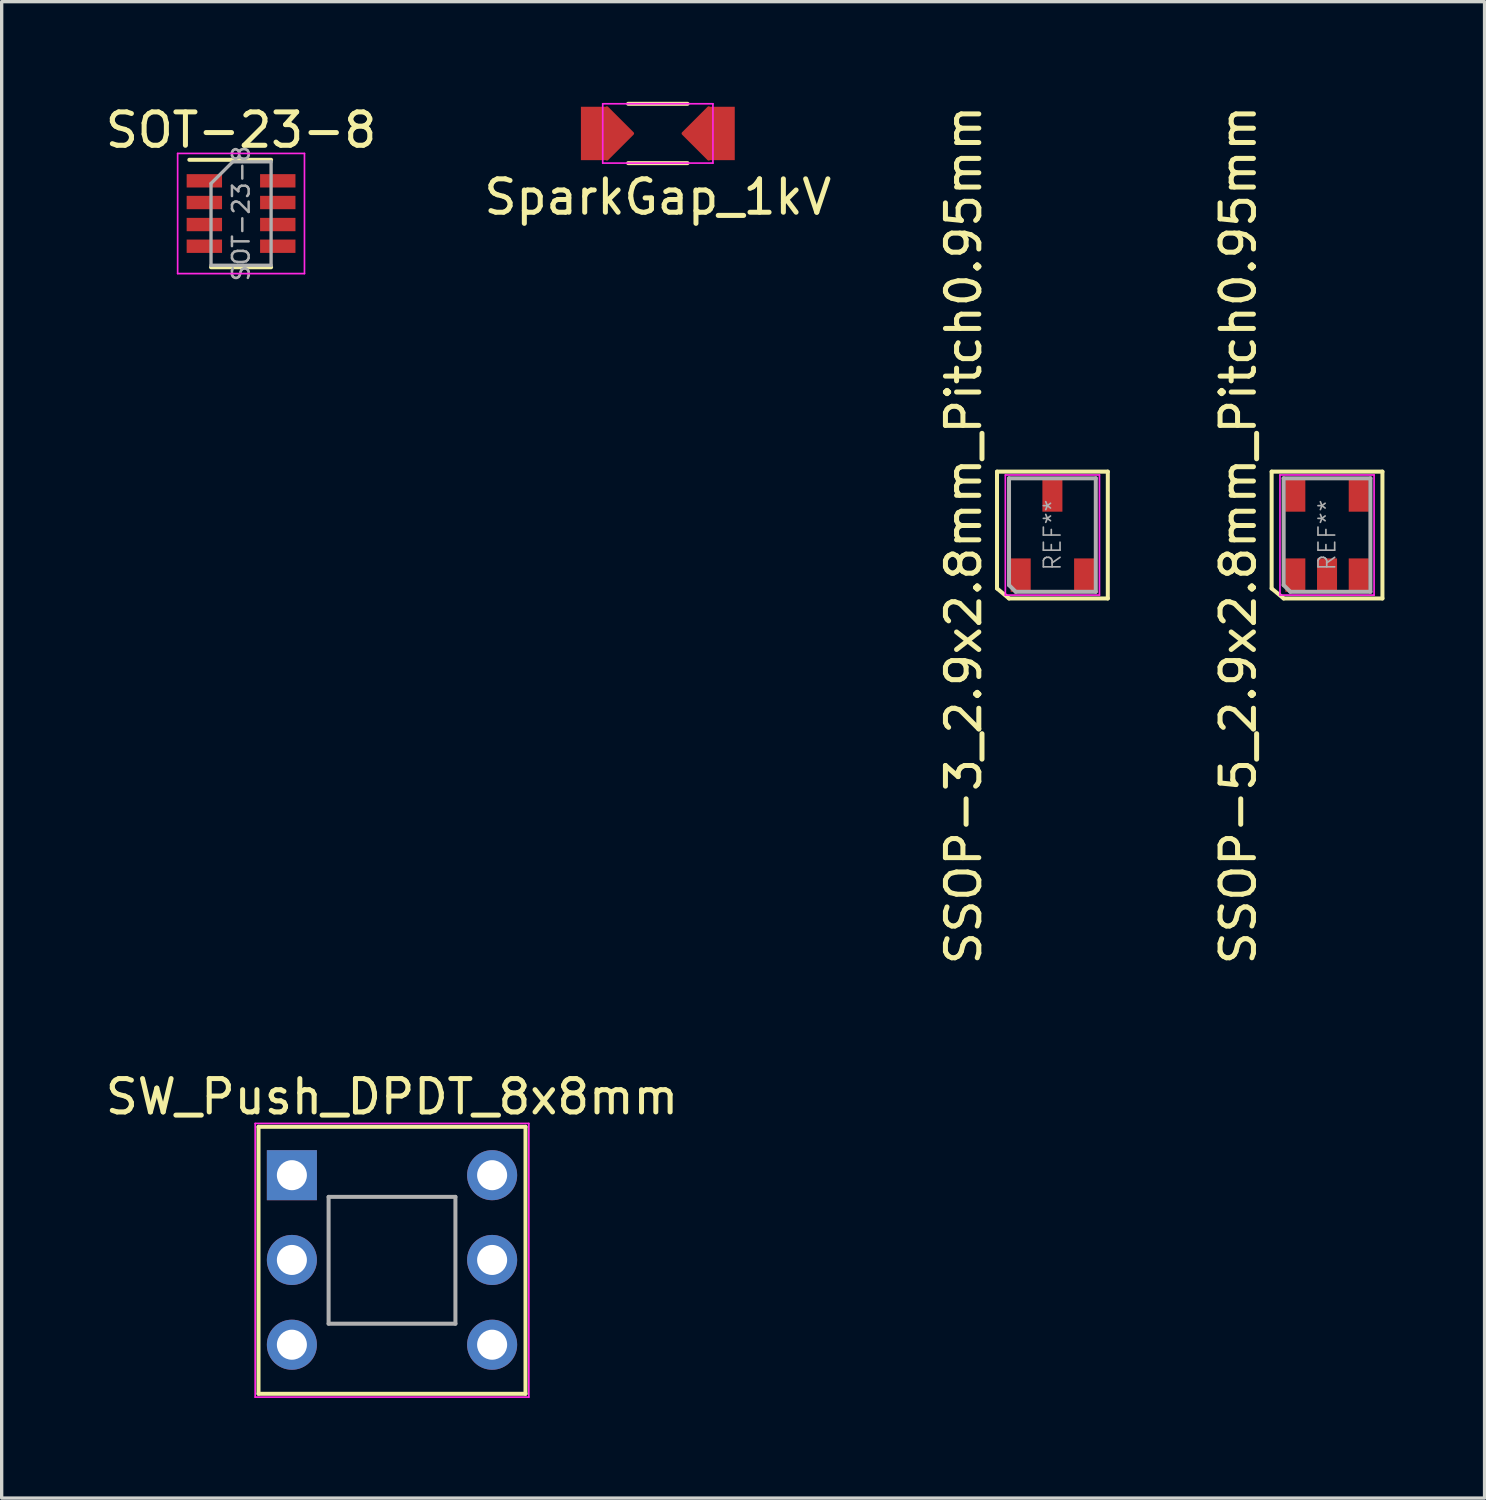
<source format=kicad_pcb>
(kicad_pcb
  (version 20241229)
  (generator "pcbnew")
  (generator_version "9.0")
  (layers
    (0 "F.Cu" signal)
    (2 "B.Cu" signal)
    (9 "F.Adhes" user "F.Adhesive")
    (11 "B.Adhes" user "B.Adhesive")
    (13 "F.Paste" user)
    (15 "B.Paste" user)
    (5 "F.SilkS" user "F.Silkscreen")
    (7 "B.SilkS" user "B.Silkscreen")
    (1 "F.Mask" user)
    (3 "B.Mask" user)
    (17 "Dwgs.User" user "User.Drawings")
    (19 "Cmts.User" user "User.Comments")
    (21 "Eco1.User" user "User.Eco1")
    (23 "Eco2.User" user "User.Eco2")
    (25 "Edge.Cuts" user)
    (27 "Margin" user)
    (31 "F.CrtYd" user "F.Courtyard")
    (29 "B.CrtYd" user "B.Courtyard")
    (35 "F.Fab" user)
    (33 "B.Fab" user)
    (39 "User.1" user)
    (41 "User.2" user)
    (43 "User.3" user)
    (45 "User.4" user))
  (footprint "SW_Push_DPDT_8x8mm"
    (layer "F.Cu")
    (at 5.696 32.163)
    (property "Reference" "SW_Push_DPDT_8x8mm" (at 3 -2.35 0) (layer "F.SilkS") (effects (font (size 1 1) (thickness 0.15))))
    (attr through_hole)
    (fp_line (start -1 -1.45) (end 7 -1.45) (stroke (width 0.12) (type solid)) (layer "F.SilkS"))
    (fp_line (start -1 6.55) (end -1 -1.45) (stroke (width 0.12) (type solid)) (layer "F.SilkS"))
    (fp_line (start 7 -1.45) (end 7 6.55) (stroke (width 0.12) (type solid)) (layer "F.SilkS"))
    (fp_line (start 7 6.55) (end -1 6.55) (stroke (width 0.12) (type solid)) (layer "F.SilkS"))
    (fp_line (start -1.1 -1.55) (end 7.1 -1.55) (stroke (width 0.05) (type solid)) (layer "F.CrtYd"))
    (fp_line (start -1.1 6.65) (end -1.1 -1.55) (stroke (width 0.05) (type solid)) (layer "F.CrtYd"))
    (fp_line (start 7.1 -1.55) (end 7.1 6.65) (stroke (width 0.05) (type solid)) (layer "F.CrtYd"))
    (fp_line (start 7.1 6.65) (end -1.1 6.65) (stroke (width 0.05) (type solid)) (layer "F.CrtYd"))
    (fp_line (start 1.1 0.65) (end 4.9 0.65) (stroke (width 0.12) (type solid)) (layer "F.Fab"))
    (fp_line (start 1.1 4.45) (end 1.1 0.65) (stroke (width 0.12) (type solid)) (layer "F.Fab"))
    (fp_line (start 4.9 0.65) (end 4.9 4.45) (stroke (width 0.12) (type solid)) (layer "F.Fab"))
    (fp_line (start 4.9 4.45) (end 1.1 4.45) (stroke (width 0.12) (type solid)) (layer "F.Fab"))
    (pad "1" thru_hole rect (at 0 0) (size 1.5 1.5) (drill 0.9) (layers "*.Cu" "*.Mask"))
    (pad "2" thru_hole circle (at 0 2.54) (size 1.5 1.5) (drill 0.9) (layers "*.Cu" "*.Mask"))
    (pad "3" thru_hole circle (at 0 5.08) (size 1.5 1.5) (drill 0.9) (layers "*.Cu" "*.Mask"))
    (pad "4" thru_hole circle (at 6 5.08) (size 1.5 1.5) (drill 0.9) (layers "*.Cu" "*.Mask"))
    (pad "5" thru_hole circle (at 6 2.54) (size 1.5 1.5) (drill 0.9) (layers "*.Cu" "*.Mask"))
    (pad "6" thru_hole circle (at 6 0) (size 1.5 1.5) (drill 0.9) (layers "*.Cu" "*.Mask")))
  (footprint "SSOP-3_2.9x2.8mm_Pitch0.95mm"
    (layer "F.Cu")
    (at 28.484 12.982)
    (property "Reference" "SSOP-3_2.9x2.8mm_Pitch0.95mm" (at -2.66 0 90) (layer "F.SilkS") (effects (font (size 1 1) (thickness 0.15))))
    (attr smd)
    (fp_line (start -1.66 -1.9) (end 1.66 -1.9) (stroke (width 0.12) (type solid)) (layer "F.SilkS"))
    (fp_line (start -1.66 1.6) (end -1.66 -1.9) (stroke (width 0.12) (type solid)) (layer "F.SilkS"))
    (fp_line (start -1.3 1.9) (end -1.66 1.6) (stroke (width 0.12) (type solid)) (layer "F.SilkS"))
    (fp_line (start 1.66 -1.9) (end 1.66 1.9) (stroke (width 0.12) (type solid)) (layer "F.SilkS"))
    (fp_line (start 1.66 1.9) (end -1.3 1.9) (stroke (width 0.12) (type solid)) (layer "F.SilkS"))
    (fp_line (start -1.41 -1.8) (end 1.41 -1.8) (stroke (width 0.05) (type solid)) (layer "F.CrtYd"))
    (fp_line (start -1.41 1.8) (end -1.41 -1.8) (stroke (width 0.05) (type solid)) (layer "F.CrtYd"))
    (fp_line (start 1.41 -1.8) (end 1.41 1.8) (stroke (width 0.05) (type solid)) (layer "F.CrtYd"))
    (fp_line (start 1.41 1.8) (end -1.41 1.8) (stroke (width 0.05) (type solid)) (layer "F.CrtYd"))
    (fp_line (start -1.3 -1.7) (end 1.3 -1.7) (stroke (width 0.12) (type solid)) (layer "F.Fab"))
    (fp_line (start -1.3 1.5) (end -1.3 -1.7) (stroke (width 0.12) (type solid)) (layer "F.Fab"))
    (fp_line (start -1.1 1.7) (end -1.3 1.5) (stroke (width 0.12) (type solid)) (layer "F.Fab"))
    (fp_line (start 1.3 -1.7) (end 1.3 1.7) (stroke (width 0.12) (type solid)) (layer "F.Fab"))
    (fp_line (start 1.3 1.7) (end -1.1 1.7) (stroke (width 0.12) (type solid)) (layer "F.Fab"))
    (fp_text user "REF**" (at 0 0 90) (layer "F.Fab") (effects (font (size 0.5 0.5) (thickness 0.05))))
    (pad "1" smd rect (at -0.95 1.2) (size 0.6 1) (layers "F.Cu" "F.Mask" "F.Paste"))
    (pad "2" smd rect (at 0.95 1.2) (size 0.6 1) (layers "F.Cu" "F.Mask" "F.Paste"))
    (pad "3" smd rect (at 0 -1.2) (size 0.6 1) (layers "F.Cu" "F.Mask" "F.Paste")))
  (footprint "SOT-23-8"
    (layer "F.Cu")
    (at 4.173 3.348)
    (property "Reference" "SOT-23-8" (at 0 -2.5 0) (layer "F.SilkS") (effects (font (size 1 1) (thickness 0.15))))
    (attr smd)
    (fp_line (start -0.9 1.61) (end 0.9 1.61) (stroke (width 0.12) (type solid)) (layer "F.SilkS"))
    (fp_line (start 0.9 -1.61) (end -1.55 -1.61) (stroke (width 0.12) (type solid)) (layer "F.SilkS"))
    (fp_line (start -1.9 -1.8) (end -1.9 1.8) (stroke (width 0.05) (type solid)) (layer "F.CrtYd"))
    (fp_line (start -1.9 1.8) (end 1.9 1.8) (stroke (width 0.05) (type solid)) (layer "F.CrtYd"))
    (fp_line (start 1.9 -1.8) (end -1.9 -1.8) (stroke (width 0.05) (type solid)) (layer "F.CrtYd"))
    (fp_line (start 1.9 1.8) (end 1.9 -1.8) (stroke (width 0.05) (type solid)) (layer "F.CrtYd"))
    (fp_line (start -0.9 -0.9) (end -0.9 1.55) (stroke (width 0.1) (type solid)) (layer "F.Fab"))
    (fp_line (start -0.9 -0.9) (end -0.25 -1.55) (stroke (width 0.1) (type solid)) (layer "F.Fab"))
    (fp_line (start 0.9 -1.55) (end -0.25 -1.55) (stroke (width 0.1) (type solid)) (layer "F.Fab"))
    (fp_line (start 0.9 -1.55) (end 0.9 1.55) (stroke (width 0.1) (type solid)) (layer "F.Fab"))
    (fp_line (start 0.9 1.55) (end -0.9 1.55) (stroke (width 0.1) (type solid)) (layer "F.Fab"))
    (fp_text user "${REFERENCE}" (at 0 0 90) (layer "F.Fab") (effects (font (size 0.5 0.5) (thickness 0.075))))
    (pad "1" smd rect (at -1.1 -0.98) (size 1.06 0.4) (layers "F.Cu" "F.Mask" "F.Paste"))
    (pad "2" smd rect (at -1.1 -0.33) (size 1.06 0.4) (layers "F.Cu" "F.Mask" "F.Paste"))
    (pad "3" smd rect (at -1.1 0.33) (size 1.06 0.4) (layers "F.Cu" "F.Mask" "F.Paste"))
    (pad "4" smd rect (at -1.1 0.98) (size 1.06 0.4) (layers "F.Cu" "F.Mask" "F.Paste"))
    (pad "5" smd rect (at 1.1 0.98) (size 1.06 0.4) (layers "F.Cu" "F.Mask" "F.Paste"))
    (pad "6" smd rect (at 1.1 0.33) (size 1.06 0.4) (layers "F.Cu" "F.Mask" "F.Paste"))
    (pad "7" smd rect (at 1.1 -0.33) (size 1.06 0.4) (layers "F.Cu" "F.Mask" "F.Paste"))
    (pad "8" smd rect (at 1.1 -0.98) (size 1.06 0.4) (layers "F.Cu" "F.Mask" "F.Paste")))
  (footprint "SSOP-5_2.9x2.8mm_Pitch0.95mm"
    (layer "F.Cu")
    (at 36.713 12.982)
    (property "Reference" "SSOP-5_2.9x2.8mm_Pitch0.95mm" (at -2.66 0 90) (layer "F.SilkS") (effects (font (size 1 1) (thickness 0.15))))
    (attr smd)
    (fp_line (start -1.66 -1.9) (end 1.66 -1.9) (stroke (width 0.12) (type solid)) (layer "F.SilkS"))
    (fp_line (start -1.66 1.6) (end -1.66 -1.9) (stroke (width 0.12) (type solid)) (layer "F.SilkS"))
    (fp_line (start -1.3 1.9) (end -1.66 1.6) (stroke (width 0.12) (type solid)) (layer "F.SilkS"))
    (fp_line (start 1.66 -1.9) (end 1.66 1.9) (stroke (width 0.12) (type solid)) (layer "F.SilkS"))
    (fp_line (start 1.66 1.9) (end -1.3 1.9) (stroke (width 0.12) (type solid)) (layer "F.SilkS"))
    (fp_line (start -1.41 -1.8) (end 1.41 -1.8) (stroke (width 0.05) (type solid)) (layer "F.CrtYd"))
    (fp_line (start -1.41 1.8) (end -1.41 -1.8) (stroke (width 0.05) (type solid)) (layer "F.CrtYd"))
    (fp_line (start 1.41 -1.8) (end 1.41 1.8) (stroke (width 0.05) (type solid)) (layer "F.CrtYd"))
    (fp_line (start 1.41 1.8) (end -1.41 1.8) (stroke (width 0.05) (type solid)) (layer "F.CrtYd"))
    (fp_line (start -1.3 -1.7) (end 1.3 -1.7) (stroke (width 0.12) (type solid)) (layer "F.Fab"))
    (fp_line (start -1.3 1.5) (end -1.3 -1.7) (stroke (width 0.12) (type solid)) (layer "F.Fab"))
    (fp_line (start -1.1 1.7) (end -1.3 1.5) (stroke (width 0.12) (type solid)) (layer "F.Fab"))
    (fp_line (start 1.3 -1.7) (end 1.3 1.7) (stroke (width 0.12) (type solid)) (layer "F.Fab"))
    (fp_line (start 1.3 1.7) (end -1.1 1.7) (stroke (width 0.12) (type solid)) (layer "F.Fab"))
    (fp_text user "REF**" (at 0 0 90) (layer "F.Fab") (effects (font (size 0.5 0.5) (thickness 0.05))))
    (pad "1" smd rect (at -0.95 1.2) (size 0.6 1) (layers "F.Cu" "F.Mask" "F.Paste"))
    (pad "2" smd rect (at 0 1.2) (size 0.6 1) (layers "F.Cu" "F.Mask" "F.Paste"))
    (pad "3" smd rect (at 0.95 1.2) (size 0.6 1) (layers "F.Cu" "F.Mask" "F.Paste"))
    (pad "4" smd rect (at 0.95 -1.2) (size 0.6 1) (layers "F.Cu" "F.Mask" "F.Paste"))
    (pad "5" smd rect (at -0.95 -1.2) (size 0.6 1) (layers "F.Cu" "F.Mask" "F.Paste")))
  (footprint "SparkGap_1kV"
    (layer "F.Cu")
    (at 16.661 0.949)
    (property "Reference" "SparkGap_1kV" (at 0 1.905 0) (layer "F.SilkS") (effects (font (size 1 1) (thickness 0.15))))
    (attr through_hole)
    (fp_poly (pts (xy -0.762 0) (xy -1.524 0.762) (xy -1.524 -0.762)) (stroke (width 0.1) (type solid)) (fill yes) (layer "F.Cu"))
    (fp_poly (pts (xy 1.524 0.762) (xy 0.762 0) (xy 1.524 -0.762)) (stroke (width 0.1) (type solid)) (fill yes) (layer "F.Cu"))
    (fp_poly (pts (xy 1.524 0.762) (xy -1.524 0.762) (xy -1.524 -0.762) (xy 1.524 -0.762)) (stroke (width 0.1) (type solid)) (fill yes) (layer "F.Mask"))
    (fp_line (start -0.889 -0.889) (end 0.889 -0.889) (stroke (width 0.12) (type solid)) (layer "F.SilkS"))
    (fp_line (start 0.889 0.889) (end -0.889 0.889) (stroke (width 0.12) (type solid)) (layer "F.SilkS"))
    (fp_poly (pts (xy -0.762 0) (xy -1.524 0.762) (xy -1.524 -0.762)) (stroke (width 0.1) (type solid)) (fill yes) (layer "F.Paste"))
    (fp_poly (pts (xy 1.524 0.762) (xy 0.762 0) (xy 1.524 -0.762)) (stroke (width 0.1) (type solid)) (fill yes) (layer "F.Paste"))
    (fp_line (start -1.651 -0.889) (end 1.651 -0.889) (stroke (width 0.05) (type solid)) (layer "F.CrtYd"))
    (fp_line (start -1.651 0.889) (end -1.651 -0.889) (stroke (width 0.05) (type solid)) (layer "F.CrtYd"))
    (fp_line (start 1.651 -0.889) (end 1.651 0.889) (stroke (width 0.05) (type solid)) (layer "F.CrtYd"))
    (fp_line (start 1.651 0.889) (end -1.651 0.889) (stroke (width 0.05) (type solid)) (layer "F.CrtYd"))
    (pad "1" smd roundrect (at 1.27 0) (size 0.635 0.508) (layers "F.Cu" "F.Mask" "F.Paste") (roundrect_rratio 0.25))
    (pad "1" smd rect (at 1.905 0) (size 0.8 1.6) (layers "F.Cu"))
    (pad "2" smd rect (at -1.905 0) (size 0.8 1.6) (layers "F.Cu"))
    (pad "2" smd roundrect (at -1.27 0) (size 0.635 0.508) (layers "F.Cu" "F.Mask" "F.Paste") (roundrect_rratio 0.25)))
  (gr_rect
    (start -3 -3)
    (end 41.433 41.838)
    (stroke (width 0.1) (type default))
    (fill no)
    (layer "Edge.Cuts")))
</source>
